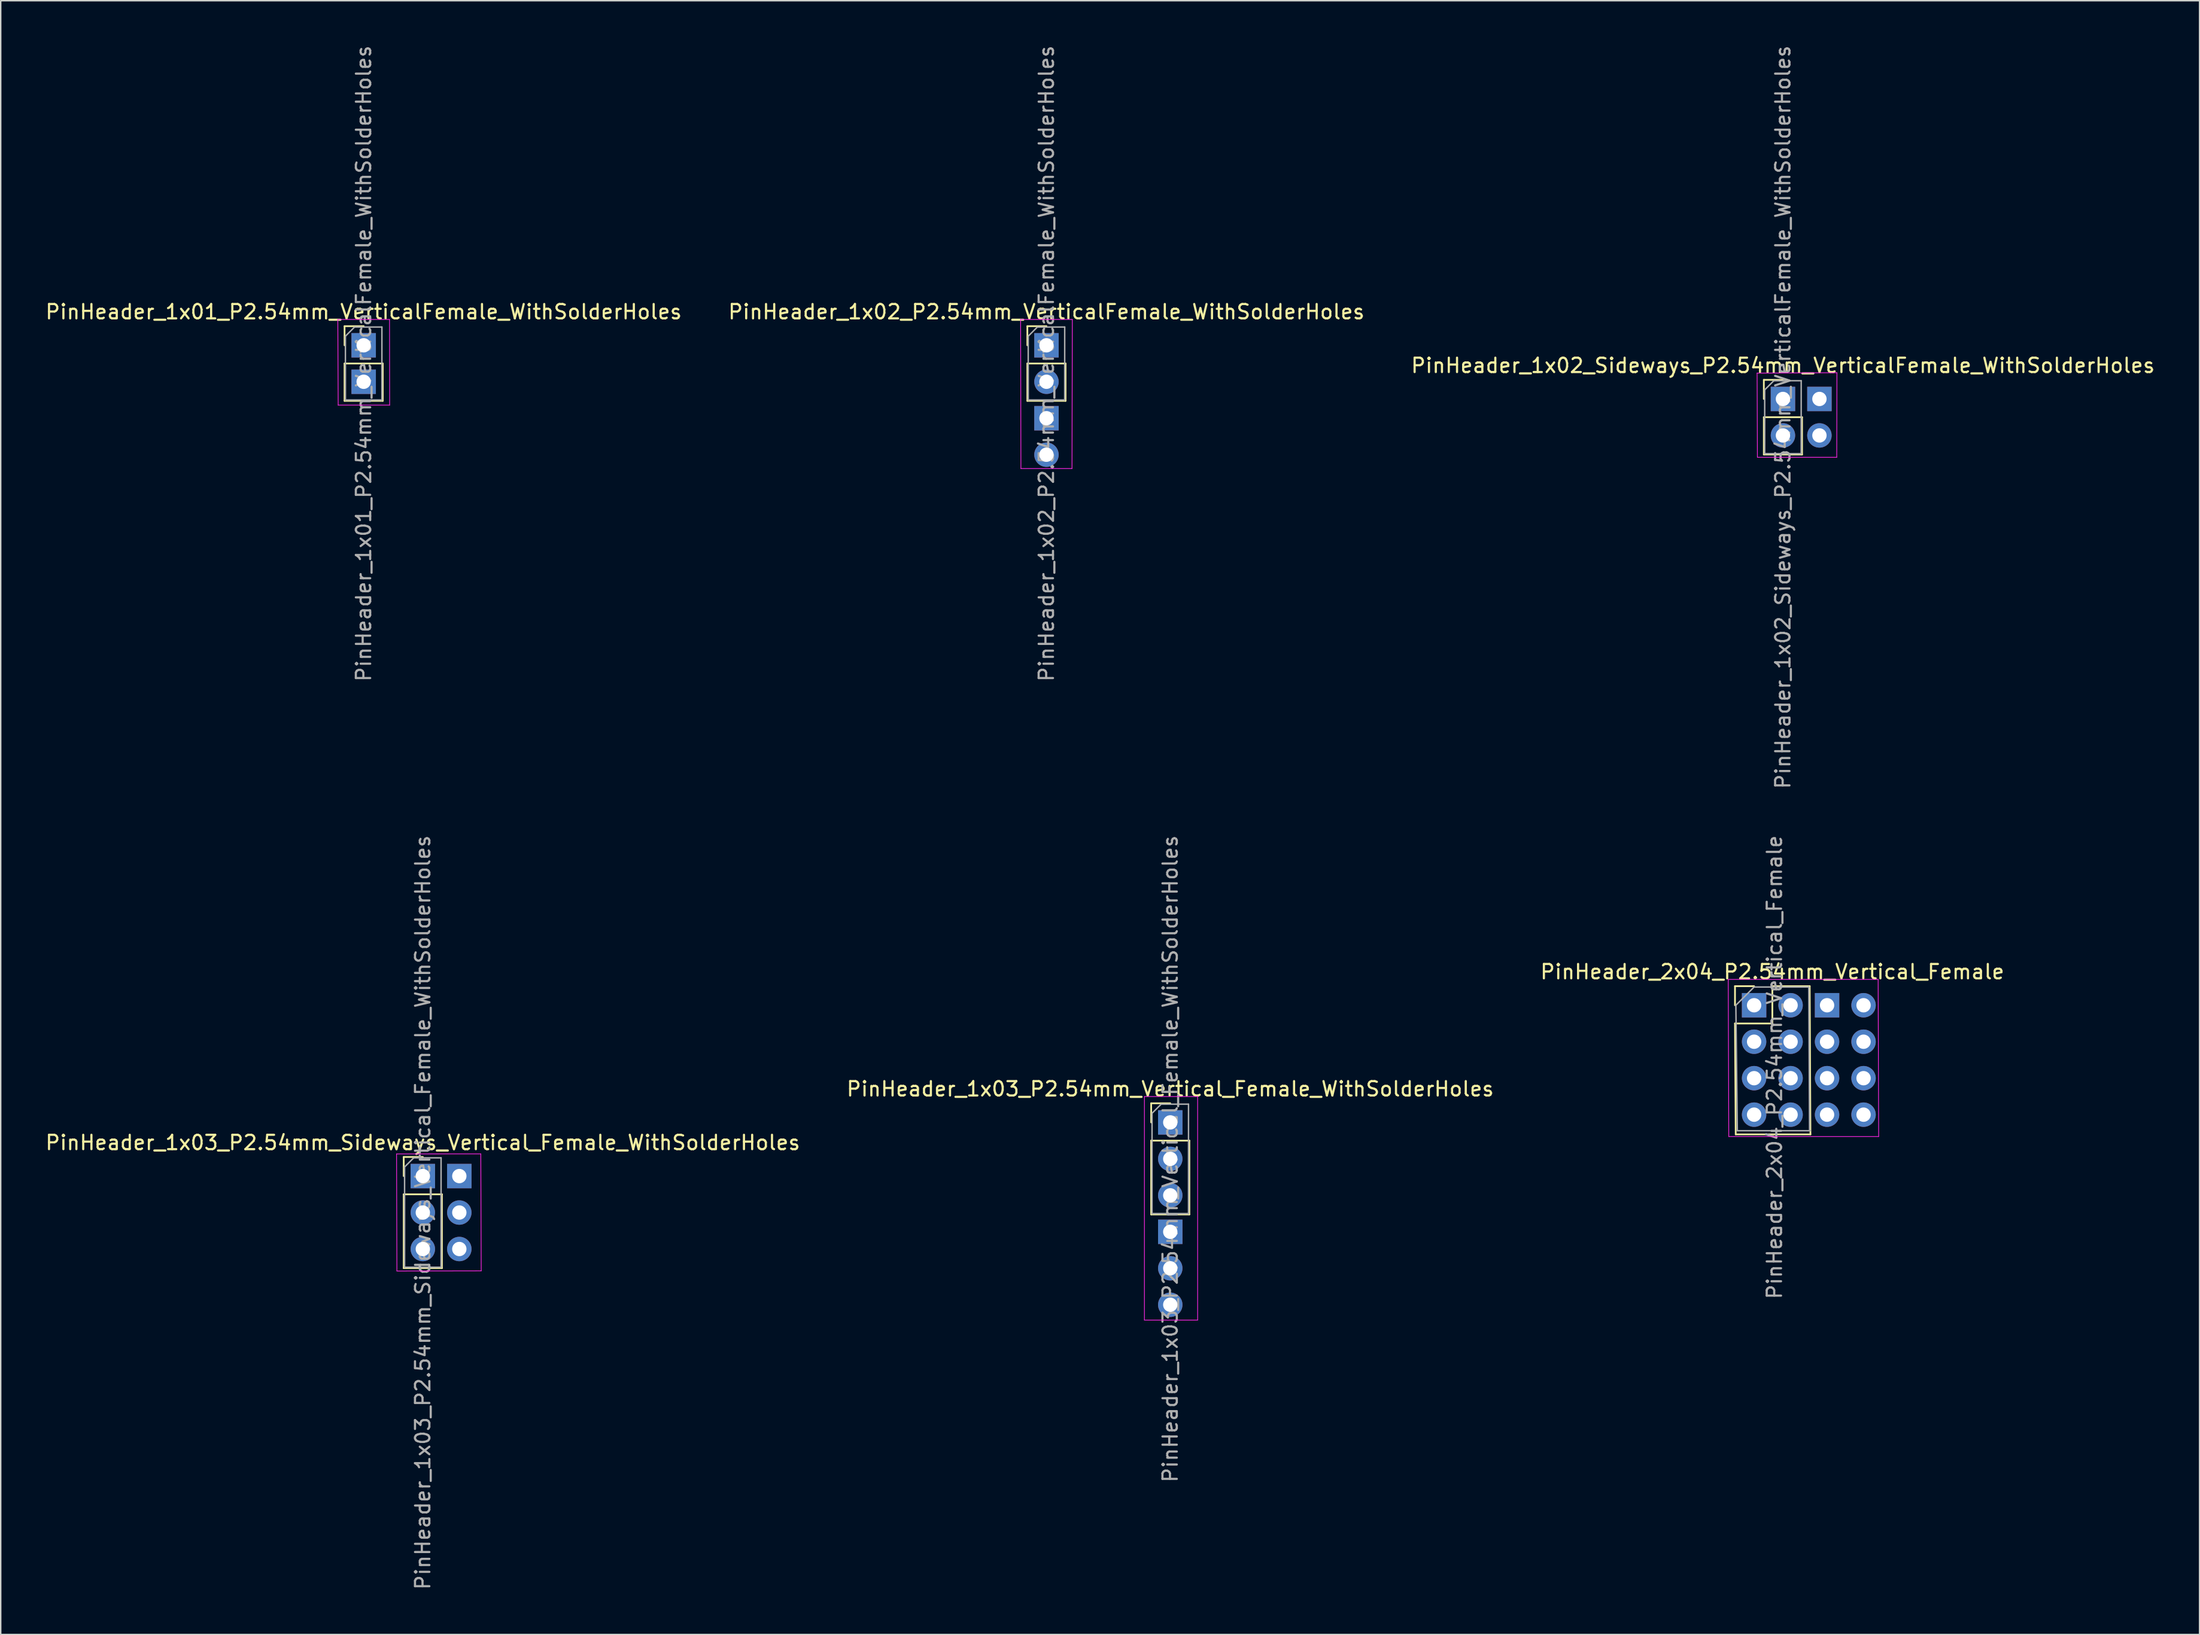
<source format=kicad_pcb>
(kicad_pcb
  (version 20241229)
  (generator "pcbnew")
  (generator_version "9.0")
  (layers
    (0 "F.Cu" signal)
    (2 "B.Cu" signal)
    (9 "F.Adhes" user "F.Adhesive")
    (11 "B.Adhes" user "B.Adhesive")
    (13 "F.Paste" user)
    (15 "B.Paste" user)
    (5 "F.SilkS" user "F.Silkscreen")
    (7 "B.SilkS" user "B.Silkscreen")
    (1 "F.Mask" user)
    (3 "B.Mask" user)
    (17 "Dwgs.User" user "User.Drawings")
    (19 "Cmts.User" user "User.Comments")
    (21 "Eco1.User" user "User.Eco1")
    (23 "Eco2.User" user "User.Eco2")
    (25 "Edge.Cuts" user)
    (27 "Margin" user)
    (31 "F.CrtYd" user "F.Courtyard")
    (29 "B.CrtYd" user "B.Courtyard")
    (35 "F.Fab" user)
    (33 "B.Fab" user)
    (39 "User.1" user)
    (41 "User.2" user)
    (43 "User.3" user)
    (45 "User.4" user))
  (footprint "PinHeader_1x01_P2.54mm_VerticalFemale_WithSolderHoles"
    (layer "F.Cu")
    (at 22.268 20.998)
    (property "Reference" "PinHeader_1x01_P2.54mm_VerticalFemale_WithSolderHoles" (at 0 -2.33 0) (layer "F.SilkS") (effects (font (size 1 1) (thickness 0.15))))
    (attr through_hole)
    (fp_line (start -1.33 -1.33) (end 0 -1.33) (stroke (width 0.12) (type solid)) (layer "F.SilkS"))
    (fp_line (start -1.33 0) (end -1.33 -1.33) (stroke (width 0.12) (type solid)) (layer "F.SilkS"))
    (fp_line (start -1.33 1.27) (end -1.33 3.87) (stroke (width 0.12) (type solid)) (layer "F.SilkS"))
    (fp_line (start -1.33 1.27) (end 1.33 1.27) (stroke (width 0.12) (type solid)) (layer "F.SilkS"))
    (fp_line (start -1.33 3.87) (end 1.33 3.87) (stroke (width 0.12) (type solid)) (layer "F.SilkS"))
    (fp_line (start 1.33 1.27) (end 1.33 3.87) (stroke (width 0.12) (type solid)) (layer "F.SilkS"))
    (fp_line (start -1.8 -1.8) (end -1.774 4.166) (stroke (width 0.05) (type solid)) (layer "F.CrtYd"))
    (fp_line (start -1.774 4.166) (end 1.809 4.166) (stroke (width 0.05) (type solid)) (layer "F.CrtYd"))
    (fp_line (start 1.8 -1.8) (end -1.8 -1.8) (stroke (width 0.05) (type solid)) (layer "F.CrtYd"))
    (fp_line (start 1.809 4.166) (end 1.8 -1.8) (stroke (width 0.05) (type solid)) (layer "F.CrtYd"))
    (fp_line (start -1.27 -0.635) (end -0.635 -1.27) (stroke (width 0.1) (type solid)) (layer "F.Fab"))
    (fp_line (start -1.27 3.81) (end -1.27 -0.635) (stroke (width 0.1) (type solid)) (layer "F.Fab"))
    (fp_line (start -0.635 -1.27) (end 1.27 -1.27) (stroke (width 0.1) (type solid)) (layer "F.Fab"))
    (fp_line (start 1.27 -1.27) (end 1.27 3.81) (stroke (width 0.1) (type solid)) (layer "F.Fab"))
    (fp_line (start 1.27 3.81) (end -1.27 3.81) (stroke (width 0.1) (type solid)) (layer "F.Fab"))
    (fp_text user "${REFERENCE}" (at 0 1.27 90) (layer "F.Fab") (effects (font (size 1 1) (thickness 0.15))))
    (pad "1" thru_hole rect (at 0 0) (size 1.7 1.7) (drill 1) (layers "*.Cu" "*.Mask"))
    (pad "1" thru_hole rect (at 0 2.54) (size 1.7 1.7) (drill 1) (layers "*.Cu" "*.Mask")))
  (footprint "PinHeader_1x02_Sideways_P2.54mm_VerticalFemale_WithSolderHoles"
    (layer "F.Cu")
    (at 121.077 24.736)
    (property "Reference" "PinHeader_1x02_Sideways_P2.54mm_VerticalFemale_WithSolderHoles" (at 0 -2.33 0) (layer "F.SilkS") (effects (font (size 1 1) (thickness 0.15))))
    (attr through_hole)
    (fp_line (start -1.33 -1.33) (end 0 -1.33) (stroke (width 0.12) (type solid)) (layer "F.SilkS"))
    (fp_line (start -1.33 0) (end -1.33 -1.33) (stroke (width 0.12) (type solid)) (layer "F.SilkS"))
    (fp_line (start -1.33 1.27) (end -1.33 3.87) (stroke (width 0.12) (type solid)) (layer "F.SilkS"))
    (fp_line (start -1.33 1.27) (end 1.33 1.27) (stroke (width 0.12) (type solid)) (layer "F.SilkS"))
    (fp_line (start -1.33 3.87) (end 1.33 3.87) (stroke (width 0.12) (type solid)) (layer "F.SilkS"))
    (fp_line (start 1.33 1.27) (end 1.33 3.87) (stroke (width 0.12) (type solid)) (layer "F.SilkS"))
    (fp_line (start -1.8 -1.8) (end -1.778 4.064) (stroke (width 0.05) (type solid)) (layer "F.CrtYd"))
    (fp_line (start -1.778 4.064) (end 3.746 4.064) (stroke (width 0.05) (type solid)) (layer "F.CrtYd"))
    (fp_line (start 3.746 4.064) (end 3.759 -1.827) (stroke (width 0.05) (type solid)) (layer "F.CrtYd"))
    (fp_line (start 3.759 -1.827) (end -1.8 -1.8) (stroke (width 0.05) (type solid)) (layer "F.CrtYd"))
    (fp_line (start -1.27 -0.635) (end -0.635 -1.27) (stroke (width 0.1) (type solid)) (layer "F.Fab"))
    (fp_line (start -1.27 3.81) (end -1.27 -0.635) (stroke (width 0.1) (type solid)) (layer "F.Fab"))
    (fp_line (start -0.635 -1.27) (end 1.27 -1.27) (stroke (width 0.1) (type solid)) (layer "F.Fab"))
    (fp_line (start 1.27 -1.27) (end 1.27 3.81) (stroke (width 0.1) (type solid)) (layer "F.Fab"))
    (fp_line (start 1.27 3.81) (end -1.27 3.81) (stroke (width 0.1) (type solid)) (layer "F.Fab"))
    (fp_text user "${REFERENCE}" (at 0 1.27 90) (layer "F.Fab") (effects (font (size 1 1) (thickness 0.15))))
    (pad "1" thru_hole rect (at 0 0) (size 1.7 1.7) (drill 1) (layers "*.Cu" "*.Mask"))
    (pad "1" thru_hole rect (at 2.54 0) (size 1.7 1.7) (drill 1) (layers "*.Cu" "*.Mask"))
    (pad "2" thru_hole oval (at 0 2.54) (size 1.7 1.7) (drill 1) (layers "*.Cu" "*.Mask"))
    (pad "2" thru_hole oval (at 2.54 2.54) (size 1.7 1.7) (drill 1) (layers "*.Cu" "*.Mask")))
  (footprint "PinHeader_1x03_P2.54mm_Sideways_Vertical_Female_WithSolderHoles"
    (layer "F.Cu")
    (at 26.387 78.859)
    (property "Reference" "PinHeader_1x03_P2.54mm_Sideways_Vertical_Female_WithSolderHoles" (at 0 -2.33 0) (layer "F.SilkS") (effects (font (size 1 1) (thickness 0.15))))
    (attr through_hole)
    (fp_line (start -1.33 -1.33) (end 0 -1.33) (stroke (width 0.12) (type solid)) (layer "F.SilkS"))
    (fp_line (start -1.33 0) (end -1.33 -1.33) (stroke (width 0.12) (type solid)) (layer "F.SilkS"))
    (fp_line (start -1.33 1.27) (end -1.33 6.41) (stroke (width 0.12) (type solid)) (layer "F.SilkS"))
    (fp_line (start -1.33 1.27) (end 1.33 1.27) (stroke (width 0.12) (type solid)) (layer "F.SilkS"))
    (fp_line (start -1.33 6.41) (end 1.33 6.41) (stroke (width 0.12) (type solid)) (layer "F.SilkS"))
    (fp_line (start 1.33 1.27) (end 1.33 6.41) (stroke (width 0.12) (type solid)) (layer "F.SilkS"))
    (fp_line (start -1.828 -1.543) (end -1.804 6.613) (stroke (width 0.05) (type solid)) (layer "F.CrtYd"))
    (fp_line (start -1.804 6.613) (end 4.064 6.603) (stroke (width 0.05) (type solid)) (layer "F.CrtYd"))
    (fp_line (start 4.036 -1.544) (end -1.828 -1.543) (stroke (width 0.05) (type solid)) (layer "F.CrtYd"))
    (fp_line (start 4.064 6.603) (end 4.036 -1.544) (stroke (width 0.05) (type solid)) (layer "F.CrtYd"))
    (fp_line (start -1.27 -0.635) (end -0.635 -1.27) (stroke (width 0.1) (type solid)) (layer "F.Fab"))
    (fp_line (start -1.27 6.35) (end -1.27 -0.635) (stroke (width 0.1) (type solid)) (layer "F.Fab"))
    (fp_line (start -0.635 -1.27) (end 1.27 -1.27) (stroke (width 0.1) (type solid)) (layer "F.Fab"))
    (fp_line (start 1.27 -1.27) (end 1.27 6.35) (stroke (width 0.1) (type solid)) (layer "F.Fab"))
    (fp_line (start 1.27 6.35) (end -1.27 6.35) (stroke (width 0.1) (type solid)) (layer "F.Fab"))
    (fp_text user "${REFERENCE}" (at 0 2.54 90) (layer "F.Fab") (effects (font (size 1 1) (thickness 0.15))))
    (pad "1" thru_hole rect (at 0 0) (size 1.7 1.7) (drill 1) (layers "*.Cu" "*.Mask"))
    (pad "1" thru_hole rect (at 2.54 0) (size 1.7 1.7) (drill 1) (layers "*.Cu" "*.Mask"))
    (pad "2" thru_hole oval (at 0 2.54) (size 1.7 1.7) (drill 1) (layers "*.Cu" "*.Mask"))
    (pad "2" thru_hole oval (at 2.54 2.54) (size 1.7 1.7) (drill 1) (layers "*.Cu" "*.Mask"))
    (pad "3" thru_hole oval (at 0 5.08) (size 1.7 1.7) (drill 1) (layers "*.Cu" "*.Mask"))
    (pad "3" thru_hole oval (at 2.54 5.08) (size 1.7 1.7) (drill 1) (layers "*.Cu" "*.Mask")))
  (footprint "PinHeader_1x03_P2.54mm_Vertical_Female_WithSolderHoles"
    (layer "F.Cu")
    (at 78.423 75.121)
    (property "Reference" "PinHeader_1x03_P2.54mm_Vertical_Female_WithSolderHoles" (at 0 -2.33 0) (layer "F.SilkS") (effects (font (size 1 1) (thickness 0.15))))
    (attr through_hole)
    (fp_line (start -1.33 -1.33) (end 0 -1.33) (stroke (width 0.12) (type solid)) (layer "F.SilkS"))
    (fp_line (start -1.33 0) (end -1.33 -1.33) (stroke (width 0.12) (type solid)) (layer "F.SilkS"))
    (fp_line (start -1.33 1.27) (end -1.33 6.41) (stroke (width 0.12) (type solid)) (layer "F.SilkS"))
    (fp_line (start -1.33 1.27) (end 1.33 1.27) (stroke (width 0.12) (type solid)) (layer "F.SilkS"))
    (fp_line (start -1.33 6.41) (end 1.33 6.41) (stroke (width 0.12) (type solid)) (layer "F.SilkS"))
    (fp_line (start 1.33 1.27) (end 1.33 6.41) (stroke (width 0.12) (type solid)) (layer "F.SilkS"))
    (fp_line (start -1.8 -1.8) (end -1.8 13.767) (stroke (width 0.05) (type solid)) (layer "F.CrtYd"))
    (fp_line (start -1.8 13.767) (end 1.905 13.767) (stroke (width 0.05) (type solid)) (layer "F.CrtYd"))
    (fp_line (start 1.905 -1.8) (end -1.8 -1.8) (stroke (width 0.05) (type solid)) (layer "F.CrtYd"))
    (fp_line (start 1.905 13.767) (end 1.905 -1.8) (stroke (width 0.05) (type solid)) (layer "F.CrtYd"))
    (fp_line (start -1.27 -0.635) (end -0.635 -1.27) (stroke (width 0.1) (type solid)) (layer "F.Fab"))
    (fp_line (start -1.27 6.35) (end -1.27 -0.635) (stroke (width 0.1) (type solid)) (layer "F.Fab"))
    (fp_line (start -0.635 -1.27) (end 1.27 -1.27) (stroke (width 0.1) (type solid)) (layer "F.Fab"))
    (fp_line (start 1.27 -1.27) (end 1.27 6.35) (stroke (width 0.1) (type solid)) (layer "F.Fab"))
    (fp_line (start 1.27 6.35) (end -1.27 6.35) (stroke (width 0.1) (type solid)) (layer "F.Fab"))
    (fp_text user "${REFERENCE}" (at 0 2.54 90) (layer "F.Fab") (effects (font (size 1 1) (thickness 0.15))))
    (pad "1" thru_hole rect (at 0 0) (size 1.7 1.7) (drill 1) (layers "*.Cu" "*.Mask"))
    (pad "1" thru_hole rect (at 0 7.62) (size 1.7 1.7) (drill 1) (layers "*.Cu" "*.Mask"))
    (pad "2" thru_hole oval (at 0 2.54) (size 1.7 1.7) (drill 1) (layers "*.Cu" "*.Mask"))
    (pad "2" thru_hole oval (at 0 10.16) (size 1.7 1.7) (drill 1) (layers "*.Cu" "*.Mask"))
    (pad "3" thru_hole oval (at 0 5.08) (size 1.7 1.7) (drill 1) (layers "*.Cu" "*.Mask"))
    (pad "3" thru_hole oval (at 0 12.7) (size 1.7 1.7) (drill 1) (layers "*.Cu" "*.Mask")))
  (footprint "PinHeader_1x02_P2.54mm_VerticalFemale_WithSolderHoles"
    (layer "F.Cu")
    (at 69.804 20.998)
    (property "Reference" "PinHeader_1x02_P2.54mm_VerticalFemale_WithSolderHoles" (at 0 -2.33 0) (layer "F.SilkS") (effects (font (size 1 1) (thickness 0.15))))
    (attr through_hole)
    (fp_line (start -1.33 -1.33) (end 0 -1.33) (stroke (width 0.12) (type solid)) (layer "F.SilkS"))
    (fp_line (start -1.33 0) (end -1.33 -1.33) (stroke (width 0.12) (type solid)) (layer "F.SilkS"))
    (fp_line (start -1.33 1.27) (end -1.33 3.87) (stroke (width 0.12) (type solid)) (layer "F.SilkS"))
    (fp_line (start -1.33 1.27) (end 1.33 1.27) (stroke (width 0.12) (type solid)) (layer "F.SilkS"))
    (fp_line (start -1.33 3.87) (end 1.33 3.87) (stroke (width 0.12) (type solid)) (layer "F.SilkS"))
    (fp_line (start 1.33 1.27) (end 1.33 3.87) (stroke (width 0.12) (type solid)) (layer "F.SilkS"))
    (fp_line (start -1.8 -1.8) (end -1.778 8.585) (stroke (width 0.05) (type solid)) (layer "F.CrtYd"))
    (fp_line (start -1.778 8.585) (end 1.778 8.585) (stroke (width 0.05) (type solid)) (layer "F.CrtYd"))
    (fp_line (start 1.778 8.585) (end 1.8 -1.8) (stroke (width 0.05) (type solid)) (layer "F.CrtYd"))
    (fp_line (start 1.8 -1.8) (end -1.8 -1.8) (stroke (width 0.05) (type solid)) (layer "F.CrtYd"))
    (fp_line (start -1.27 -0.635) (end -0.635 -1.27) (stroke (width 0.1) (type solid)) (layer "F.Fab"))
    (fp_line (start -1.27 3.81) (end -1.27 -0.635) (stroke (width 0.1) (type solid)) (layer "F.Fab"))
    (fp_line (start -0.635 -1.27) (end 1.27 -1.27) (stroke (width 0.1) (type solid)) (layer "F.Fab"))
    (fp_line (start 1.27 -1.27) (end 1.27 3.81) (stroke (width 0.1) (type solid)) (layer "F.Fab"))
    (fp_line (start 1.27 3.81) (end -1.27 3.81) (stroke (width 0.1) (type solid)) (layer "F.Fab"))
    (fp_text user "${REFERENCE}" (at 0 1.27 90) (layer "F.Fab") (effects (font (size 1 1) (thickness 0.15))))
    (pad "1" thru_hole rect (at 0 0) (size 1.7 1.7) (drill 1) (layers "*.Cu" "*.Mask"))
    (pad "1" thru_hole rect (at 0 5.08) (size 1.7 1.7) (drill 1) (layers "*.Cu" "*.Mask"))
    (pad "2" thru_hole oval (at 0 2.54) (size 1.7 1.7) (drill 1) (layers "*.Cu" "*.Mask"))
    (pad "2" thru_hole oval (at 0 7.62) (size 1.7 1.7) (drill 1) (layers "*.Cu" "*.Mask")))
  (footprint "PinHeader_2x04_P2.54mm_Vertical_Female"
    (layer "F.Cu")
    (at 119.069 66.962)
    (property "Reference" "PinHeader_2x04_P2.54mm_Vertical_Female" (at 1.27 -2.33 0) (layer "F.SilkS") (effects (font (size 1 1) (thickness 0.15))))
    (attr through_hole)
    (fp_line (start -1.33 -1.33) (end 0 -1.33) (stroke (width 0.12) (type solid)) (layer "F.SilkS"))
    (fp_line (start -1.33 0) (end -1.33 -1.33) (stroke (width 0.12) (type solid)) (layer "F.SilkS"))
    (fp_line (start -1.33 1.27) (end -1.279 8.992) (stroke (width 0.12) (type solid)) (layer "F.SilkS"))
    (fp_line (start -1.33 1.27) (end 1.27 1.27) (stroke (width 0.12) (type solid)) (layer "F.SilkS"))
    (fp_line (start -1.279 8.992) (end 3.921 8.992) (stroke (width 0.12) (type solid)) (layer "F.SilkS"))
    (fp_line (start 1.27 -1.33) (end 3.87 -1.33) (stroke (width 0.12) (type solid)) (layer "F.SilkS"))
    (fp_line (start 1.27 1.27) (end 1.27 -1.33) (stroke (width 0.12) (type solid)) (layer "F.SilkS"))
    (fp_line (start 3.87 -1.33) (end 3.921 8.992) (stroke (width 0.12) (type solid)) (layer "F.SilkS"))
    (fp_line (start -1.8 -1.8) (end -1.764 9.144) (stroke (width 0.05) (type solid)) (layer "F.CrtYd"))
    (fp_line (start -1.764 9.144) (end 8.672 9.144) (stroke (width 0.05) (type solid)) (layer "F.CrtYd"))
    (fp_line (start 8.636 -1.8) (end -1.8 -1.8) (stroke (width 0.05) (type solid)) (layer "F.CrtYd"))
    (fp_line (start 8.636 -1.8) (end 8.672 9.144) (stroke (width 0.05) (type solid)) (layer "F.CrtYd"))
    (fp_line (start -1.27 0) (end 0 -1.27) (stroke (width 0.1) (type solid)) (layer "F.Fab"))
    (fp_line (start -1.168 8.738) (end -1.27 0) (stroke (width 0.1) (type solid)) (layer "F.Fab"))
    (fp_line (start 0 -1.27) (end 3.81 -1.27) (stroke (width 0.1) (type solid)) (layer "F.Fab"))
    (fp_line (start 3.81 -1.27) (end 3.861 8.687) (stroke (width 0.1) (type solid)) (layer "F.Fab"))
    (fp_line (start 3.912 8.738) (end -1.168 8.738) (stroke (width 0.1) (type solid)) (layer "F.Fab"))
    (fp_text user "${REFERENCE}" (at 1.422 4.318 90) (layer "F.Fab") (effects (font (size 1 1) (thickness 0.15))))
    (pad "1" thru_hole rect (at 0 0) (size 1.7 1.7) (drill 1) (layers "*.Cu" "*.Mask"))
    (pad "1" thru_hole rect (at 5.08 0) (size 1.7 1.7) (drill 1) (layers "*.Cu" "*.Mask"))
    (pad "2" thru_hole oval (at 2.54 0) (size 1.7 1.7) (drill 1) (layers "*.Cu" "*.Mask"))
    (pad "2" thru_hole oval (at 7.62 0) (size 1.7 1.7) (drill 1) (layers "*.Cu" "*.Mask"))
    (pad "3" thru_hole oval (at 0 2.54) (size 1.7 1.7) (drill 1) (layers "*.Cu" "*.Mask"))
    (pad "3" thru_hole oval (at 5.08 2.54) (size 1.7 1.7) (drill 1) (layers "*.Cu" "*.Mask"))
    (pad "4" thru_hole oval (at 2.54 2.54) (size 1.7 1.7) (drill 1) (layers "*.Cu" "*.Mask"))
    (pad "4" thru_hole oval (at 7.62 2.54) (size 1.7 1.7) (drill 1) (layers "*.Cu" "*.Mask"))
    (pad "5" thru_hole oval (at 0 5.08) (size 1.7 1.7) (drill 1) (layers "*.Cu" "*.Mask"))
    (pad "5" thru_hole oval (at 5.08 5.08) (size 1.7 1.7) (drill 1) (layers "*.Cu" "*.Mask"))
    (pad "6" thru_hole oval (at 2.54 5.08) (size 1.7 1.7) (drill 1) (layers "*.Cu" "*.Mask"))
    (pad "6" thru_hole oval (at 7.62 5.08) (size 1.7 1.7) (drill 1) (layers "*.Cu" "*.Mask"))
    (pad "7" thru_hole oval (at 0 7.62) (size 1.7 1.7) (drill 1) (layers "*.Cu" "*.Mask"))
    (pad "7" thru_hole oval (at 5.08 7.62) (size 1.7 1.7) (drill 1) (layers "*.Cu" "*.Mask"))
    (pad "8" thru_hole oval (at 2.54 7.62) (size 1.7 1.7) (drill 1) (layers "*.Cu" "*.Mask"))
    (pad "8" thru_hole oval (at 7.62 7.62) (size 1.7 1.7) (drill 1) (layers "*.Cu" "*.Mask")))
  (gr_rect
    (start -3 -3)
    (end 150.083 110.786)
    (stroke (width 0.1) (type default))
    (fill no)
    (layer "Edge.Cuts")))
</source>
